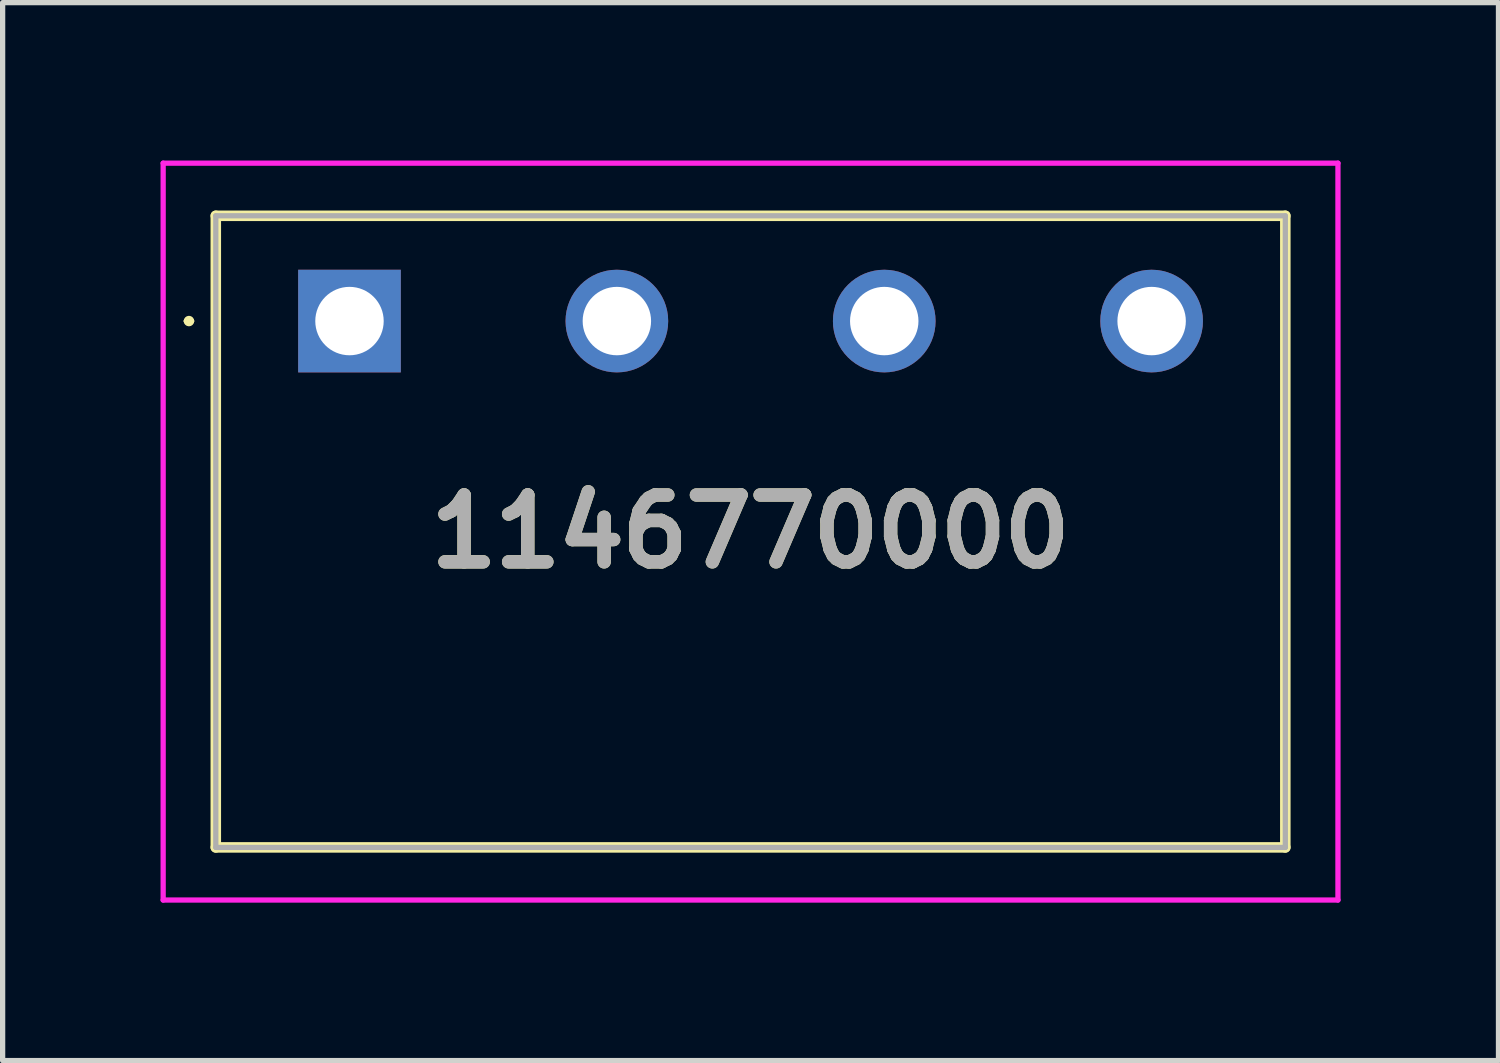
<source format=kicad_pcb>
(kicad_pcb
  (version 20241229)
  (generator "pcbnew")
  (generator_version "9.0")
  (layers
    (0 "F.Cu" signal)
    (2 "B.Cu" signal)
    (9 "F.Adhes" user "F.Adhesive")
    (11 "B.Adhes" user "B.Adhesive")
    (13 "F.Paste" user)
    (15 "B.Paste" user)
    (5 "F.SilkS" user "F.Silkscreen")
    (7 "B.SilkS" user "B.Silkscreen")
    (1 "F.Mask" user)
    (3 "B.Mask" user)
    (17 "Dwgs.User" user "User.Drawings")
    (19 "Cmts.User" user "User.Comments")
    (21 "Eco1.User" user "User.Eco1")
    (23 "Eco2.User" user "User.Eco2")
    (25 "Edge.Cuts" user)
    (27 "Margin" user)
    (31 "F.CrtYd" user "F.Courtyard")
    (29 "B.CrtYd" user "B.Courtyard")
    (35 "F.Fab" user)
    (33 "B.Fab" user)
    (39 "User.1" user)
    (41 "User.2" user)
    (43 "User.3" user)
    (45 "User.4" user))
  (footprint "1146770000"
    (layer "F.Cu")
    (at 3.59 3.05)
    (property "Reference" "1146770000" (at 7.62 4 0) (layer "F.SilkS") (effects (font (size 1.27 1.27) (thickness 0.254))))
    (attr through_hole)
    (fp_line (start -3.1 0) (end -3.1 0) (stroke (width 0.1) (type solid)) (layer "F.SilkS"))
    (fp_line (start -3 0) (end -3 0) (stroke (width 0.1) (type solid)) (layer "F.SilkS"))
    (fp_line (start -2.54 -2) (end 17.78 -2) (stroke (width 0.2) (type solid)) (layer "F.SilkS"))
    (fp_line (start -2.54 10) (end -2.54 -2) (stroke (width 0.2) (type solid)) (layer "F.SilkS"))
    (fp_line (start 17.78 -2) (end 17.78 10) (stroke (width 0.2) (type solid)) (layer "F.SilkS"))
    (fp_line (start 17.78 10) (end -2.54 10) (stroke (width 0.2) (type solid)) (layer "F.SilkS"))
    (fp_arc (start -3.1 0) (mid -3.05 -0.05) (end -3 0) (stroke (width 0.1) (type solid)) (layer "F.SilkS"))
    (fp_arc (start -3 0) (mid -3.05 0.05) (end -3.1 0) (stroke (width 0.1) (type solid)) (layer "F.SilkS"))
    (fp_line (start -3.54 -3) (end 18.78 -3) (stroke (width 0.1) (type solid)) (layer "F.CrtYd"))
    (fp_line (start -3.54 11) (end -3.54 -3) (stroke (width 0.1) (type solid)) (layer "F.CrtYd"))
    (fp_line (start 18.78 -3) (end 18.78 11) (stroke (width 0.1) (type solid)) (layer "F.CrtYd"))
    (fp_line (start 18.78 11) (end -3.54 11) (stroke (width 0.1) (type solid)) (layer "F.CrtYd"))
    (fp_line (start -2.54 -2) (end 17.78 -2) (stroke (width 0.1) (type solid)) (layer "F.Fab"))
    (fp_line (start -2.54 10) (end -2.54 -2) (stroke (width 0.1) (type solid)) (layer "F.Fab"))
    (fp_line (start 17.78 -2) (end 17.78 10) (stroke (width 0.1) (type solid)) (layer "F.Fab"))
    (fp_line (start 17.78 10) (end -2.54 10) (stroke (width 0.1) (type solid)) (layer "F.Fab"))
    (fp_text user "${REFERENCE}" (at 7.62 4 0) (layer "F.Fab") (effects (font (size 1.27 1.27) (thickness 0.254))))
    (pad "1" thru_hole rect (at 0 0) (size 1.95 1.95) (drill 1.3) (layers "*.Cu" "*.Mask"))
    (pad "2" thru_hole circle (at 5.08 0) (size 1.95 1.95) (drill 1.3) (layers "*.Cu" "*.Mask"))
    (pad "3" thru_hole circle (at 10.16 0) (size 1.95 1.95) (drill 1.3) (layers "*.Cu" "*.Mask"))
    (pad "4" thru_hole circle (at 15.24 0) (size 1.95 1.95) (drill 1.3) (layers "*.Cu" "*.Mask")))
  (gr_rect
    (start -3 -3)
    (end 25.42 17.1)
    (stroke (width 0.1) (type default))
    (fill no)
    (layer "Edge.Cuts")))
</source>
